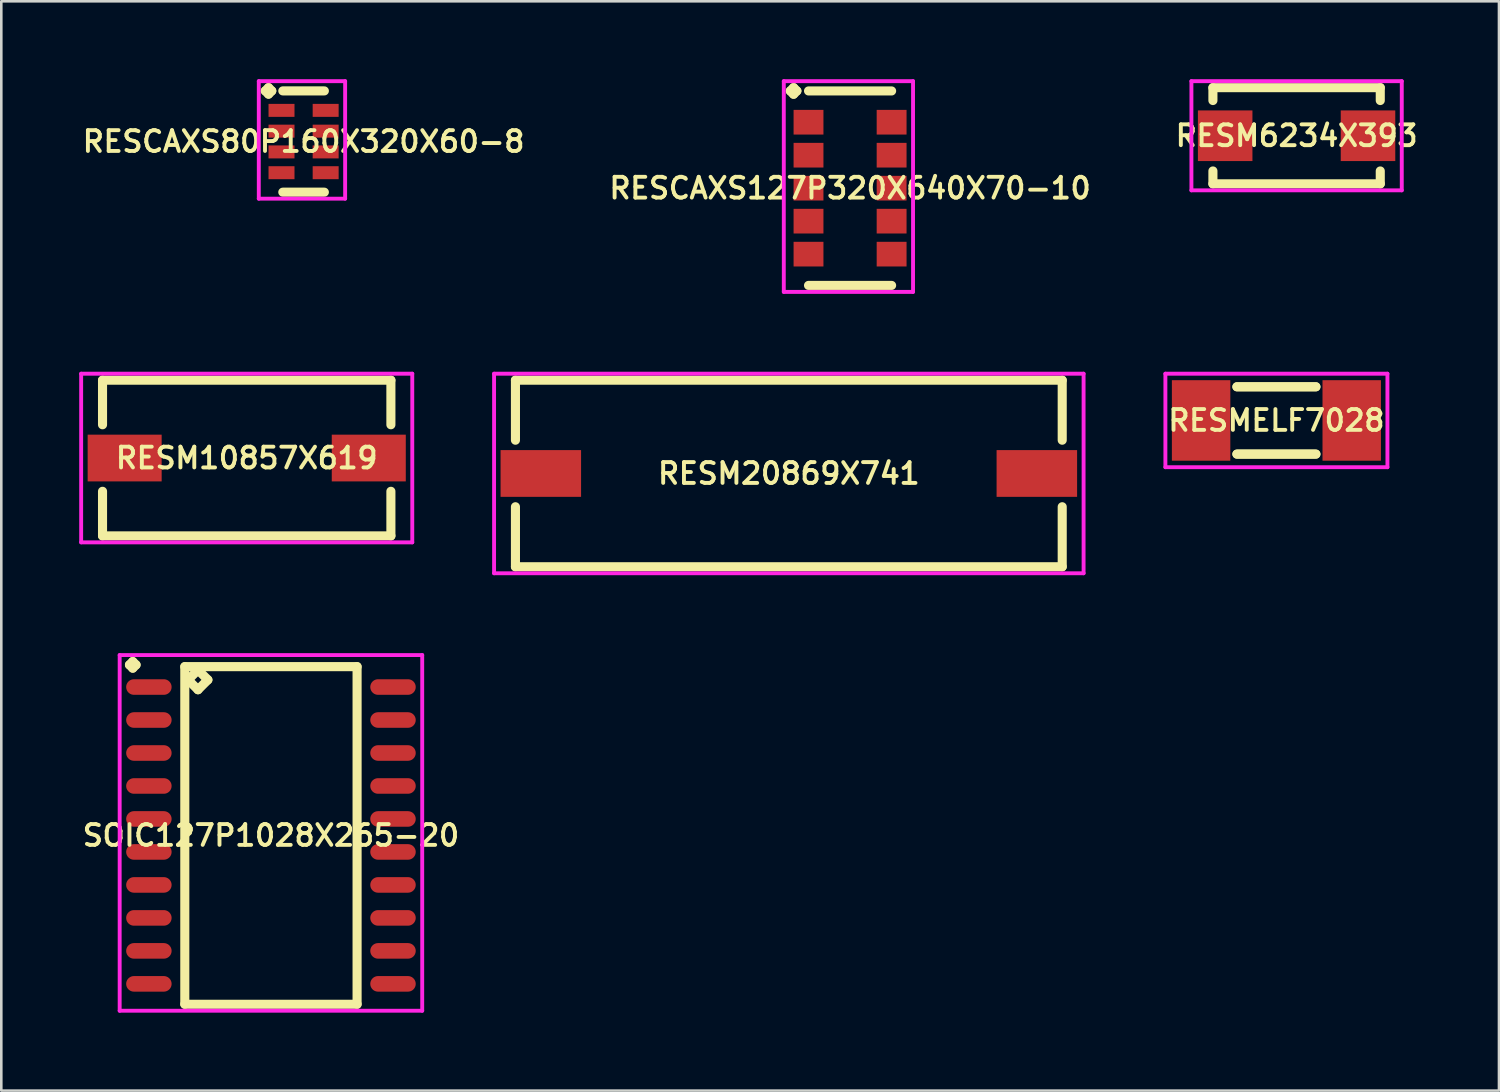
<source format=kicad_pcb>
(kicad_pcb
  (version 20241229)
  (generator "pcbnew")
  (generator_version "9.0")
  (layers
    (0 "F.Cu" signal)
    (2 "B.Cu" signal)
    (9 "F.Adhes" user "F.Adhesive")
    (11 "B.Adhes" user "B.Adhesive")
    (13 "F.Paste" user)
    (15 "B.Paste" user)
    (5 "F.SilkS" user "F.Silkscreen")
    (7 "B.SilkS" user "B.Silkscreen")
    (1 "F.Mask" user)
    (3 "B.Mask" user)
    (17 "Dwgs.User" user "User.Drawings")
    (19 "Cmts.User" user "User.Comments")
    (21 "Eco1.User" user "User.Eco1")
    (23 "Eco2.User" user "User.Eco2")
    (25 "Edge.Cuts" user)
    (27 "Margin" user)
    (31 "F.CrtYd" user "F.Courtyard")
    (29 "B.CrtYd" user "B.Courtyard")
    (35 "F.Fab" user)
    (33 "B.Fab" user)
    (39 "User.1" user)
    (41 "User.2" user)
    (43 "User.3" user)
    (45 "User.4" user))
  (footprint "RESCAXS80P160X320X60-8"
    (layer "F.Cu")
    (at 8.64 2.4)
    (property "Reference" "RESCAXS80P160X320X60-8" (at 0 0 0) (layer "F.SilkS") (effects (font (size 0.8 0.8) (thickness 0.15))))
    (attr smd)
    (fp_line (start -1.475 -1.95) (end -1.35 -2.075) (stroke (width 0.35) (type solid)) (layer "F.SilkS"))
    (fp_line (start -1.35 -2.075) (end -1.225 -1.95) (stroke (width 0.35) (type solid)) (layer "F.SilkS"))
    (fp_line (start -1.35 -1.825) (end -1.475 -1.95) (stroke (width 0.35) (type solid)) (layer "F.SilkS"))
    (fp_line (start -1.225 -1.95) (end -1.35 -1.825) (stroke (width 0.35) (type solid)) (layer "F.SilkS"))
    (fp_line (start -0.8 -1.95) (end 0.8 -1.95) (stroke (width 0.35) (type solid)) (layer "F.SilkS"))
    (fp_line (start -0.8 1.95) (end 0.8 1.95) (stroke (width 0.35) (type solid)) (layer "F.SilkS"))
    (fp_line (start -1.725 -2.325) (end 1.6 -2.325) (stroke (width 0.15) (type solid)) (layer "F.CrtYd"))
    (fp_line (start -1.725 2.2) (end -1.725 -2.325) (stroke (width 0.15) (type solid)) (layer "F.CrtYd"))
    (fp_line (start 1.6 -2.325) (end 1.6 2.2) (stroke (width 0.15) (type solid)) (layer "F.CrtYd"))
    (fp_line (start 1.6 2.2) (end -1.725 2.2) (stroke (width 0.15) (type solid)) (layer "F.CrtYd"))
    (pad "1" smd rect (at -0.85 -1.2) (size 1 0.5) (layers "F.Cu" "F.Mask" "F.Paste"))
    (pad "2" smd rect (at -0.85 -0.4) (size 1 0.5) (layers "F.Cu" "F.Mask" "F.Paste"))
    (pad "3" smd rect (at -0.85 0.4) (size 1 0.5) (layers "F.Cu" "F.Mask" "F.Paste"))
    (pad "4" smd rect (at -0.85 1.2) (size 1 0.5) (layers "F.Cu" "F.Mask" "F.Paste"))
    (pad "5" smd rect (at 0.85 1.2) (size 1 0.5) (layers "F.Cu" "F.Mask" "F.Paste"))
    (pad "6" smd rect (at 0.85 0.4) (size 1 0.5) (layers "F.Cu" "F.Mask" "F.Paste"))
    (pad "7" smd rect (at 0.85 -0.4) (size 1 0.5) (layers "F.Cu" "F.Mask" "F.Paste"))
    (pad "8" smd rect (at 0.85 -1.2) (size 1 0.5) (layers "F.Cu" "F.Mask" "F.Paste")))
  (footprint "RESM20869X741"
    (layer "F.Cu")
    (at 27.325 15.182)
    (property "Reference" "RESM20869X741" (at 0 0 0) (layer "F.SilkS") (effects (font (size 0.8 0.8) (thickness 0.15))))
    (attr smd)
    (fp_line (start -10.527 -3.592) (end 10.527 -3.592) (stroke (width 0.35) (type solid)) (layer "F.SilkS"))
    (fp_line (start -10.527 -1.281) (end -10.527 -3.592) (stroke (width 0.35) (type solid)) (layer "F.SilkS"))
    (fp_line (start -10.527 1.281) (end -10.527 3.592) (stroke (width 0.35) (type solid)) (layer "F.SilkS"))
    (fp_line (start -10.527 3.592) (end 10.527 3.592) (stroke (width 0.35) (type solid)) (layer "F.SilkS"))
    (fp_line (start 10.527 -3.592) (end 10.527 -1.281) (stroke (width 0.35) (type solid)) (layer "F.SilkS"))
    (fp_line (start 10.527 3.592) (end 10.527 1.281) (stroke (width 0.35) (type solid)) (layer "F.SilkS"))
    (fp_line (start -11.35 -3.842) (end 11.35 -3.842) (stroke (width 0.15) (type solid)) (layer "F.CrtYd"))
    (fp_line (start -11.35 3.842) (end -11.35 -3.842) (stroke (width 0.15) (type solid)) (layer "F.CrtYd"))
    (fp_line (start 11.35 -3.842) (end 11.35 3.842) (stroke (width 0.15) (type solid)) (layer "F.CrtYd"))
    (fp_line (start 11.35 3.842) (end -11.35 3.842) (stroke (width 0.15) (type solid)) (layer "F.CrtYd"))
    (pad "1" smd rect (at -9.55 0) (size 3.1 1.8) (layers "F.Cu" "F.Mask" "F.Paste"))
    (pad "2" smd rect (at 9.55 0) (size 3.1 1.8) (layers "F.Cu" "F.Mask" "F.Paste")))
  (footprint "RESMELF7028"
    (layer "F.Cu")
    (at 46.1 13.14)
    (property "Reference" "RESMELF7028" (at 0 0 0) (layer "F.SilkS") (effects (font (size 0.8 0.8) (thickness 0.15))))
    (attr through_hole)
    (fp_line (start -1.521 -1.296) (end 1.521 -1.296) (stroke (width 0.35) (type solid)) (layer "F.SilkS"))
    (fp_line (start -1.521 1.296) (end 1.521 1.296) (stroke (width 0.35) (type solid)) (layer "F.SilkS"))
    (fp_line (start 1.521 -1.296) (end -1.521 -1.296) (stroke (width 0.35) (type solid)) (layer "F.SilkS"))
    (fp_line (start 1.521 1.296) (end -1.521 1.296) (stroke (width 0.35) (type solid)) (layer "F.SilkS"))
    (fp_line (start -4.275 -1.8) (end 4.275 -1.8) (stroke (width 0.15) (type solid)) (layer "F.CrtYd"))
    (fp_line (start -4.275 1.8) (end -4.275 -1.8) (stroke (width 0.15) (type solid)) (layer "F.CrtYd"))
    (fp_line (start 4.275 -1.8) (end 4.275 1.8) (stroke (width 0.15) (type solid)) (layer "F.CrtYd"))
    (fp_line (start 4.275 1.8) (end -4.275 1.8) (stroke (width 0.15) (type solid)) (layer "F.CrtYd"))
    (pad "1" smd rect (at -2.9 0) (size 2.25 3.1) (layers "F.Cu" "F.Mask" "F.Paste"))
    (pad "2" smd rect (at 2.9 0) (size 2.25 3.1) (layers "F.Cu" "F.Mask" "F.Paste")))
  (footprint "SOIC127P1028X265-20"
    (layer "F.Cu")
    (at 7.383 29.12)
    (property "Reference" "SOIC127P1028X265-20" (at 0 0 0) (layer "F.SilkS") (effects (font (size 0.8 0.8) (thickness 0.15))))
    (attr through_hole)
    (fp_line (start -5.448 -6.569) (end -5.321 -6.696) (stroke (width 0.35) (type solid)) (layer "F.SilkS"))
    (fp_line (start -5.321 -6.696) (end -5.194 -6.569) (stroke (width 0.35) (type solid)) (layer "F.SilkS"))
    (fp_line (start -5.321 -6.442) (end -5.448 -6.569) (stroke (width 0.35) (type solid)) (layer "F.SilkS"))
    (fp_line (start -5.194 -6.569) (end -5.321 -6.442) (stroke (width 0.35) (type solid)) (layer "F.SilkS"))
    (fp_line (start -3.317 -6.5) (end -3.317 6.5) (stroke (width 0.35) (type solid)) (layer "F.SilkS"))
    (fp_line (start -3.317 6.5) (end 3.317 6.5) (stroke (width 0.35) (type solid)) (layer "F.SilkS"))
    (fp_line (start -3.19 -5.992) (end -2.809 -6.373) (stroke (width 0.35) (type solid)) (layer "F.SilkS"))
    (fp_line (start -2.809 -6.373) (end -2.428 -5.992) (stroke (width 0.35) (type solid)) (layer "F.SilkS"))
    (fp_line (start -2.809 -5.611) (end -3.19 -5.992) (stroke (width 0.35) (type solid)) (layer "F.SilkS"))
    (fp_line (start -2.428 -5.992) (end -2.809 -5.611) (stroke (width 0.35) (type solid)) (layer "F.SilkS"))
    (fp_line (start 3.317 -6.5) (end -3.317 -6.5) (stroke (width 0.35) (type solid)) (layer "F.SilkS"))
    (fp_line (start 3.317 6.5) (end 3.317 -6.5) (stroke (width 0.35) (type solid)) (layer "F.SilkS"))
    (fp_line (start -5.825 -6.946) (end 5.825 -6.946) (stroke (width 0.15) (type solid)) (layer "F.CrtYd"))
    (fp_line (start -5.825 6.75) (end -5.825 -6.946) (stroke (width 0.15) (type solid)) (layer "F.CrtYd"))
    (fp_line (start 5.825 -6.946) (end 5.825 6.75) (stroke (width 0.15) (type solid)) (layer "F.CrtYd"))
    (fp_line (start 5.825 6.75) (end -5.825 6.75) (stroke (width 0.15) (type solid)) (layer "F.CrtYd"))
    (pad "1" smd oval (at -4.7 -5.715) (size 1.75 0.6) (layers "F.Cu" "F.Mask" "F.Paste"))
    (pad "2" smd oval (at -4.7 -4.445) (size 1.75 0.6) (layers "F.Cu" "F.Mask" "F.Paste"))
    (pad "3" smd oval (at -4.7 -3.175) (size 1.75 0.6) (layers "F.Cu" "F.Mask" "F.Paste"))
    (pad "4" smd oval (at -4.7 -1.905) (size 1.75 0.6) (layers "F.Cu" "F.Mask" "F.Paste"))
    (pad "5" smd oval (at -4.7 -0.635) (size 1.75 0.6) (layers "F.Cu" "F.Mask" "F.Paste"))
    (pad "6" smd oval (at -4.7 0.635) (size 1.75 0.6) (layers "F.Cu" "F.Mask" "F.Paste"))
    (pad "7" smd oval (at -4.7 1.905) (size 1.75 0.6) (layers "F.Cu" "F.Mask" "F.Paste"))
    (pad "8" smd oval (at -4.7 3.175) (size 1.75 0.6) (layers "F.Cu" "F.Mask" "F.Paste"))
    (pad "9" smd oval (at -4.7 4.445) (size 1.75 0.6) (layers "F.Cu" "F.Mask" "F.Paste"))
    (pad "10" smd oval (at -4.7 5.715) (size 1.75 0.6) (layers "F.Cu" "F.Mask" "F.Paste"))
    (pad "11" smd oval (at 4.7 5.715) (size 1.75 0.6) (layers "F.Cu" "F.Mask" "F.Paste"))
    (pad "12" smd oval (at 4.7 4.445) (size 1.75 0.6) (layers "F.Cu" "F.Mask" "F.Paste"))
    (pad "13" smd oval (at 4.7 3.175) (size 1.75 0.6) (layers "F.Cu" "F.Mask" "F.Paste"))
    (pad "14" smd oval (at 4.7 1.905) (size 1.75 0.6) (layers "F.Cu" "F.Mask" "F.Paste"))
    (pad "15" smd oval (at 4.7 0.635) (size 1.75 0.6) (layers "F.Cu" "F.Mask" "F.Paste"))
    (pad "16" smd oval (at 4.7 -0.635) (size 1.75 0.6) (layers "F.Cu" "F.Mask" "F.Paste"))
    (pad "17" smd oval (at 4.7 -1.905) (size 1.75 0.6) (layers "F.Cu" "F.Mask" "F.Paste"))
    (pad "18" smd oval (at 4.7 -3.175) (size 1.75 0.6) (layers "F.Cu" "F.Mask" "F.Paste"))
    (pad "19" smd oval (at 4.7 -4.445) (size 1.75 0.6) (layers "F.Cu" "F.Mask" "F.Paste"))
    (pad "20" smd oval (at 4.7 -5.715) (size 1.75 0.6) (layers "F.Cu" "F.Mask" "F.Paste")))
  (footprint "RESM10857X619"
    (layer "F.Cu")
    (at 6.45 14.587)
    (property "Reference" "RESM10857X619" (at 0 0 0) (layer "F.SilkS") (effects (font (size 0.8 0.8) (thickness 0.15))))
    (attr smd)
    (fp_line (start -5.552 -2.997) (end 5.552 -2.997) (stroke (width 0.35) (type solid)) (layer "F.SilkS"))
    (fp_line (start -5.552 -1.281) (end -5.552 -2.997) (stroke (width 0.35) (type solid)) (layer "F.SilkS"))
    (fp_line (start -5.552 1.281) (end -5.552 2.997) (stroke (width 0.35) (type solid)) (layer "F.SilkS"))
    (fp_line (start -5.552 2.997) (end 5.552 2.997) (stroke (width 0.35) (type solid)) (layer "F.SilkS"))
    (fp_line (start 5.552 -2.997) (end 5.552 -1.281) (stroke (width 0.35) (type solid)) (layer "F.SilkS"))
    (fp_line (start 5.552 2.997) (end 5.552 1.281) (stroke (width 0.35) (type solid)) (layer "F.SilkS"))
    (fp_line (start -6.375 -3.247) (end 6.375 -3.247) (stroke (width 0.15) (type solid)) (layer "F.CrtYd"))
    (fp_line (start -6.375 3.247) (end -6.375 -3.247) (stroke (width 0.15) (type solid)) (layer "F.CrtYd"))
    (fp_line (start 6.375 -3.247) (end 6.375 3.247) (stroke (width 0.15) (type solid)) (layer "F.CrtYd"))
    (fp_line (start 6.375 3.247) (end -6.375 3.247) (stroke (width 0.15) (type solid)) (layer "F.CrtYd"))
    (pad "1" smd rect (at -4.7 0) (size 2.85 1.8) (layers "F.Cu" "F.Mask" "F.Paste"))
    (pad "2" smd rect (at 4.7 0) (size 2.85 1.8) (layers "F.Cu" "F.Mask" "F.Paste")))
  (footprint "RESM6234X393"
    (layer "F.Cu")
    (at 46.877 2.177)
    (property "Reference" "RESM6234X393" (at 0 0 0) (layer "F.SilkS") (effects (font (size 0.8 0.8) (thickness 0.15))))
    (attr through_hole)
    (fp_line (start -3.222 -1.852) (end 3.222 -1.852) (stroke (width 0.35) (type solid)) (layer "F.SilkS"))
    (fp_line (start -3.222 -1.356) (end -3.222 -1.852) (stroke (width 0.35) (type solid)) (layer "F.SilkS"))
    (fp_line (start -3.222 1.356) (end -3.222 1.852) (stroke (width 0.35) (type solid)) (layer "F.SilkS"))
    (fp_line (start -3.222 1.852) (end 3.222 1.852) (stroke (width 0.35) (type solid)) (layer "F.SilkS"))
    (fp_line (start 3.222 -1.852) (end 3.222 -1.356) (stroke (width 0.35) (type solid)) (layer "F.SilkS"))
    (fp_line (start 3.222 1.852) (end 3.222 1.356) (stroke (width 0.35) (type solid)) (layer "F.SilkS"))
    (fp_line (start -4.05 -2.102) (end 4.05 -2.102) (stroke (width 0.15) (type solid)) (layer "F.CrtYd"))
    (fp_line (start -4.05 2.102) (end -4.05 -2.102) (stroke (width 0.15) (type solid)) (layer "F.CrtYd"))
    (fp_line (start 4.05 -2.102) (end 4.05 2.102) (stroke (width 0.15) (type solid)) (layer "F.CrtYd"))
    (fp_line (start 4.05 2.102) (end -4.05 2.102) (stroke (width 0.15) (type solid)) (layer "F.CrtYd"))
    (pad "1" smd rect (at -2.75 0) (size 2.1 1.95) (layers "F.Cu" "F.Mask" "F.Paste"))
    (pad "2" smd rect (at 2.75 0) (size 2.1 1.95) (layers "F.Cu" "F.Mask" "F.Paste")))
  (footprint "RESCAXS127P320X640X70-10"
    (layer "F.Cu")
    (at 29.683 4.196)
    (property "Reference" "RESCAXS127P320X640X70-10" (at 0 0 0) (layer "F.SilkS") (effects (font (size 0.8 0.8) (thickness 0.15))))
    (attr smd)
    (fp_line (start -2.302 -3.744) (end -2.175 -3.871) (stroke (width 0.35) (type solid)) (layer "F.SilkS"))
    (fp_line (start -2.175 -3.871) (end -2.048 -3.744) (stroke (width 0.35) (type solid)) (layer "F.SilkS"))
    (fp_line (start -2.175 -3.617) (end -2.302 -3.744) (stroke (width 0.35) (type solid)) (layer "F.SilkS"))
    (fp_line (start -2.048 -3.744) (end -2.175 -3.617) (stroke (width 0.35) (type solid)) (layer "F.SilkS"))
    (fp_line (start -1.6 -3.744) (end 1.6 -3.744) (stroke (width 0.35) (type solid)) (layer "F.SilkS"))
    (fp_line (start -1.6 3.744) (end 1.6 3.744) (stroke (width 0.35) (type solid)) (layer "F.SilkS"))
    (fp_line (start -2.552 -4.121) (end 2.425 -4.121) (stroke (width 0.15) (type solid)) (layer "F.CrtYd"))
    (fp_line (start -2.552 3.994) (end -2.552 -4.121) (stroke (width 0.15) (type solid)) (layer "F.CrtYd"))
    (fp_line (start 2.425 -4.121) (end 2.425 3.994) (stroke (width 0.15) (type solid)) (layer "F.CrtYd"))
    (fp_line (start 2.425 3.994) (end -2.552 3.994) (stroke (width 0.15) (type solid)) (layer "F.CrtYd"))
    (pad "1" smd rect (at -1.6 -2.54) (size 1.15 0.95) (layers "F.Cu" "F.Mask" "F.Paste"))
    (pad "2" smd rect (at -1.6 -1.27) (size 1.15 0.95) (layers "F.Cu" "F.Mask" "F.Paste"))
    (pad "3" smd rect (at -1.6 0) (size 1.15 0.95) (layers "F.Cu" "F.Mask" "F.Paste"))
    (pad "4" smd rect (at -1.6 1.27) (size 1.15 0.95) (layers "F.Cu" "F.Mask" "F.Paste"))
    (pad "5" smd rect (at -1.6 2.54) (size 1.15 0.95) (layers "F.Cu" "F.Mask" "F.Paste"))
    (pad "6" smd rect (at 1.6 2.54) (size 1.15 0.95) (layers "F.Cu" "F.Mask" "F.Paste"))
    (pad "7" smd rect (at 1.6 1.27) (size 1.15 0.95) (layers "F.Cu" "F.Mask" "F.Paste"))
    (pad "8" smd rect (at 1.6 0) (size 1.15 0.95) (layers "F.Cu" "F.Mask" "F.Paste"))
    (pad "9" smd rect (at 1.6 -1.27) (size 1.15 0.95) (layers "F.Cu" "F.Mask" "F.Paste"))
    (pad "10" smd rect (at 1.6 -2.54) (size 1.15 0.95) (layers "F.Cu" "F.Mask" "F.Paste")))
  (gr_rect
    (start -3 -3)
    (end 54.67 38.945)
    (stroke (width 0.1) (type default))
    (fill no)
    (layer "Edge.Cuts")))
</source>
